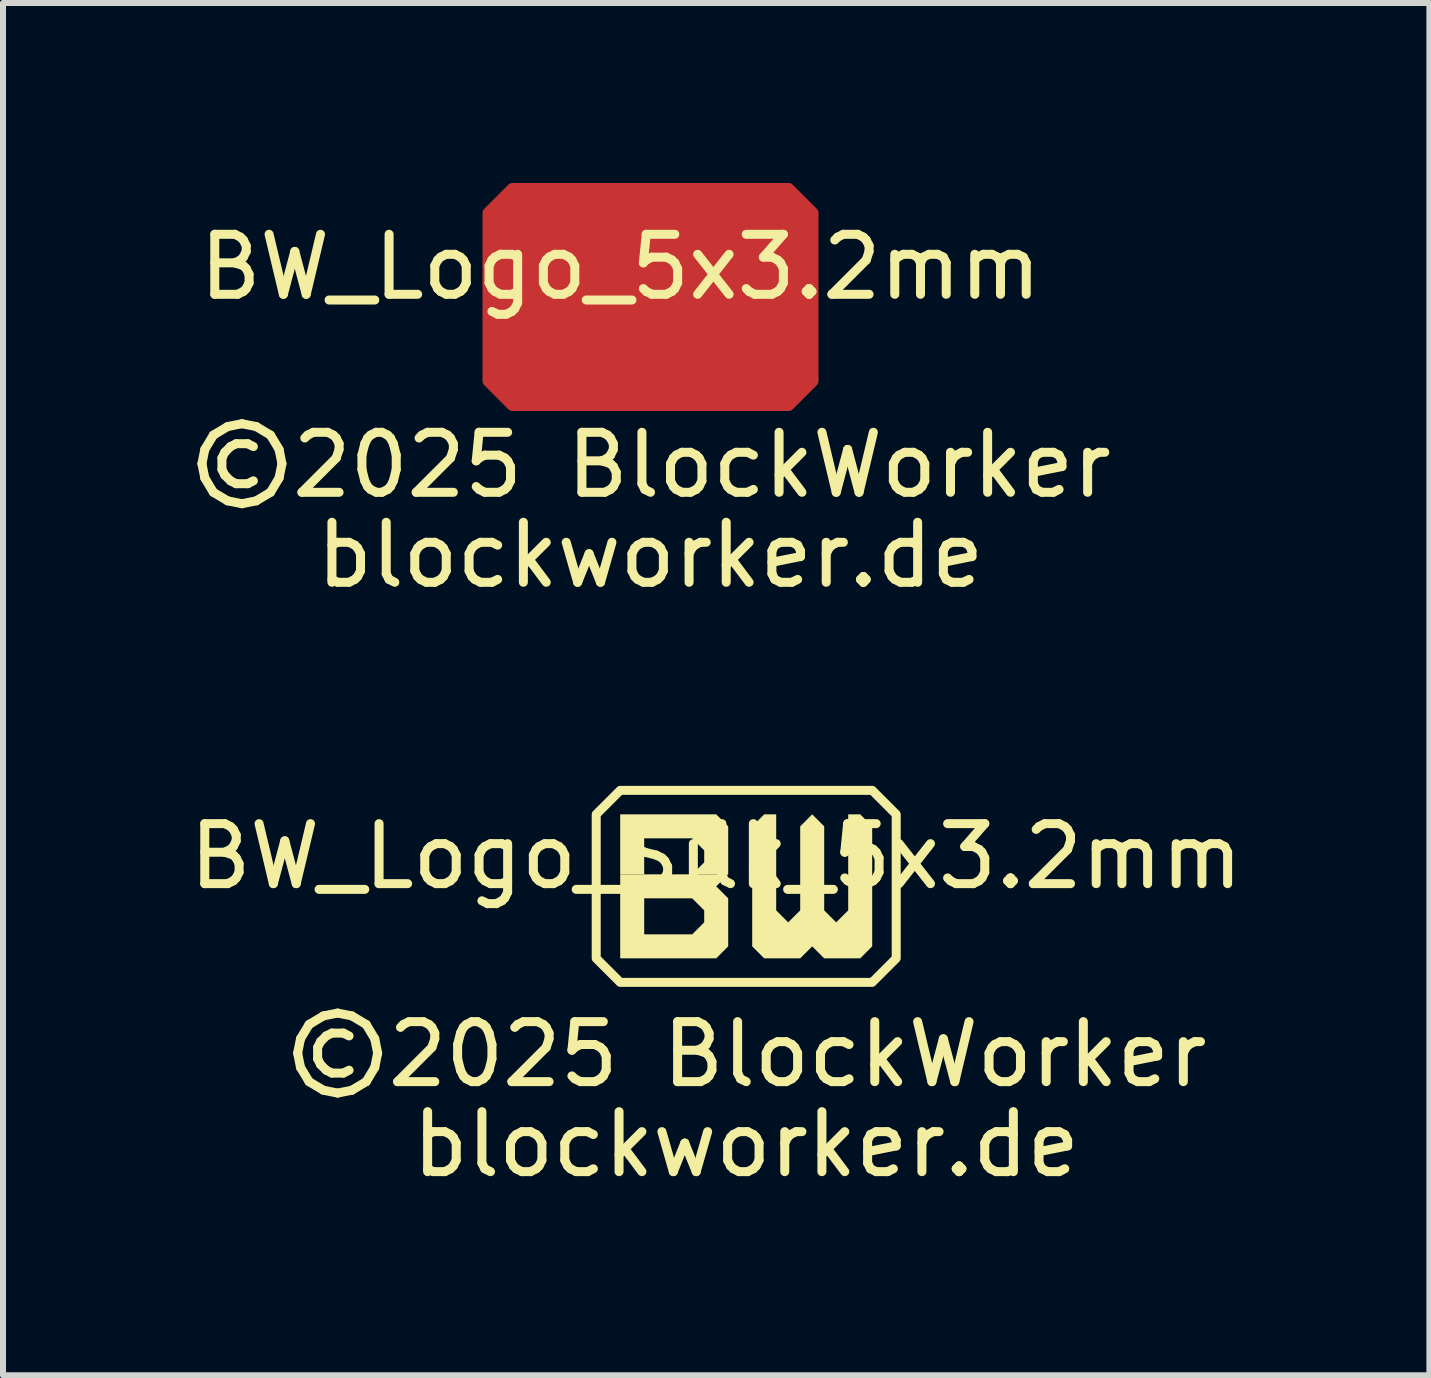
<source format=kicad_pcb>
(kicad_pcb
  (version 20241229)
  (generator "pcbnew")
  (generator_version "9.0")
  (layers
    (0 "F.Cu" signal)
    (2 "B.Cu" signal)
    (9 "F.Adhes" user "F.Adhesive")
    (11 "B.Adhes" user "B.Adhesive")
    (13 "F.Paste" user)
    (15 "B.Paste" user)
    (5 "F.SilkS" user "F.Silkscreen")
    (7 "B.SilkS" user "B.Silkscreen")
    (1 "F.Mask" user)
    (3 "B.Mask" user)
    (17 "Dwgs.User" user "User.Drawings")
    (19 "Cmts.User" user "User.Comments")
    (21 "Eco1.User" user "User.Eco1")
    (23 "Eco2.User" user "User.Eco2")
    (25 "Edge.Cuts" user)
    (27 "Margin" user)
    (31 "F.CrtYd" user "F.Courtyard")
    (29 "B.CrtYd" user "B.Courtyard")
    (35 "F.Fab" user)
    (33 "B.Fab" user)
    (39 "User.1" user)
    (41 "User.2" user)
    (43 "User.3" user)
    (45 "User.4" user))
  (footprint "BW_Logo_Silk_5x3.2mm"
    (layer "F.Cu")
    (at 9.387 11.723)
    (property "Reference" "BW_Logo_Silk_5x3.2mm" (at -0.5 -0.5 0) (unlocked yes) (layer "F.SilkS") (effects (font (size 1 1) (thickness 0.15))))
    (attr smd board_only exclude_from_pos_files exclude_from_bom)
    (fp_poly (pts (xy -2.1 -1.6) (xy -2.5 -1.2) (xy -2.5 1.2) (xy -2.1 1.6) (xy 2.1 1.6) (xy 2.5 1.2) (xy 2.5 -1.2) (xy 2.1 -1.6)) (stroke (width 0.15) (type solid)) (fill no) (layer "F.SilkS"))
    (fp_poly (pts (xy -2.1 -0.2) (xy -2.1 -1.2) (xy -0.5 -1.2) (xy -0.3 -1) (xy -0.3 -0.2) (xy -0.9 -0.2) (xy -0.7 -0.4) (xy -0.7 -0.6) (xy -0.9 -0.8) (xy -1.7 -0.8) (xy -1.7 -0.2)) (stroke (width 0) (type solid)) (fill yes) (layer "F.SilkS"))
    (fp_poly (pts (xy -0.5 1.2) (xy -2.1 1.2) (xy -2.1 -0.2) (xy -0.3 -0.2) (xy -0.5 0) (xy -0.3 0.2) (xy -1.7 0.2) (xy -1.7 0.8) (xy -0.9 0.8) (xy -0.7 0.6) (xy -0.7 0.4) (xy -0.9 0.2) (xy -0.3 0.2) (xy -0.3 1)) (stroke (width 0) (type solid)) (fill yes) (layer "F.SilkS"))
    (fp_poly (pts (xy 0.1 -1) (xy 0.1 1) (xy 0.3 1.2) (xy 0.9 1.2) (xy 1.1 1) (xy 1.3 1.2) (xy 1.9 1.2) (xy 2.1 1) (xy 2.1 -1) (xy 1.9 -1.2) (xy 1.7 -1.2) (xy 1.7 0.4) (xy 1.5 0.6) (xy 1.3 0.4) (xy 1.3 -1) (xy 1.1 -1.2) (xy 0.9 -1) (xy 0.9 0.4) (xy 0.7 0.6) (xy 0.5 0.4) (xy 0.5 -1.2) (xy 0.3 -1.2)) (stroke (width 0) (type solid)) (fill yes) (layer "F.SilkS"))
    (fp_text user "blockworker.de" (at 0 4.3 0) (unlocked yes) (layer "F.SilkS") (effects (font (size 1 1) (thickness 0.15))))
    (fp_text user "©2025 BlockWorker" (at 0 2.8 0) (unlocked yes) (layer "F.SilkS") (effects (font (size 1 1) (thickness 0.15)))))
  (footprint "BW_Logo_5x3.2mm"
    (layer "F.Cu")
    (at 7.792 1.9)
    (property "Reference" "BW_Logo_5x3.2mm" (at -0.5 -0.5 0) (unlocked yes) (layer "F.SilkS") (effects (font (size 1 1) (thickness 0.15))))
    (attr smd board_only exclude_from_pos_files exclude_from_bom)
    (fp_poly (pts (xy -2.7 -1.4) (xy -2.3 -1.8) (xy 2.3 -1.8) (xy 2.7 -1.4) (xy 2.7 1.4) (xy 2.3 1.8) (xy -2.3 1.8) (xy -2.7 1.4)) (stroke (width 0.2) (type solid)) (fill yes) (layer "F.Cu"))
    (fp_poly (pts (xy -2.1 -1.6) (xy -2.5 -1.2) (xy -2.5 1.2) (xy -2.1 1.6) (xy 2.1 1.6) (xy 2.5 1.2) (xy 2.5 -1.2) (xy 2.1 -1.6)) (stroke (width 0.15) (type solid)) (fill no) (layer "F.Mask"))
    (fp_poly (pts (xy -2.1 -0.2) (xy -2.1 -1.2) (xy -0.5 -1.2) (xy -0.3 -1) (xy -0.3 -0.2) (xy -0.9 -0.2) (xy -0.7 -0.4) (xy -0.7 -0.6) (xy -0.9 -0.8) (xy -1.7 -0.8) (xy -1.7 -0.2)) (stroke (width 0) (type solid)) (fill yes) (layer "F.Mask"))
    (fp_poly (pts (xy -0.5 1.2) (xy -2.1 1.2) (xy -2.1 -0.2) (xy -0.3 -0.2) (xy -0.5 0) (xy -0.3 0.2) (xy -1.7 0.2) (xy -1.7 0.8) (xy -0.9 0.8) (xy -0.7 0.6) (xy -0.7 0.4) (xy -0.9 0.2) (xy -0.3 0.2) (xy -0.3 1)) (stroke (width 0) (type solid)) (fill yes) (layer "F.Mask"))
    (fp_poly (pts (xy 0.1 -1) (xy 0.1 1) (xy 0.3 1.2) (xy 0.9 1.2) (xy 1.1 1) (xy 1.3 1.2) (xy 1.9 1.2) (xy 2.1 1) (xy 2.1 -1) (xy 1.9 -1.2) (xy 1.7 -1.2) (xy 1.7 0.4) (xy 1.5 0.6) (xy 1.3 0.4) (xy 1.3 -1) (xy 1.1 -1.2) (xy 0.9 -1) (xy 0.9 0.4) (xy 0.7 0.6) (xy 0.5 0.4) (xy 0.5 -1.2) (xy 0.3 -1.2)) (stroke (width 0) (type solid)) (fill yes) (layer "F.Mask"))
    (fp_text user "©2025 BlockWorker" (at 0 2.8 0) (unlocked yes) (layer "F.SilkS") (effects (font (size 1 1) (thickness 0.15))))
    (fp_text user "blockworker.de" (at 0 4.3 0) (unlocked yes) (layer "F.SilkS") (effects (font (size 1 1) (thickness 0.15)))))
  (gr_rect
    (start -3 -3)
    (end 20.774 19.872)
    (stroke (width 0.1) (type default))
    (fill no)
    (layer "Edge.Cuts")))
</source>
